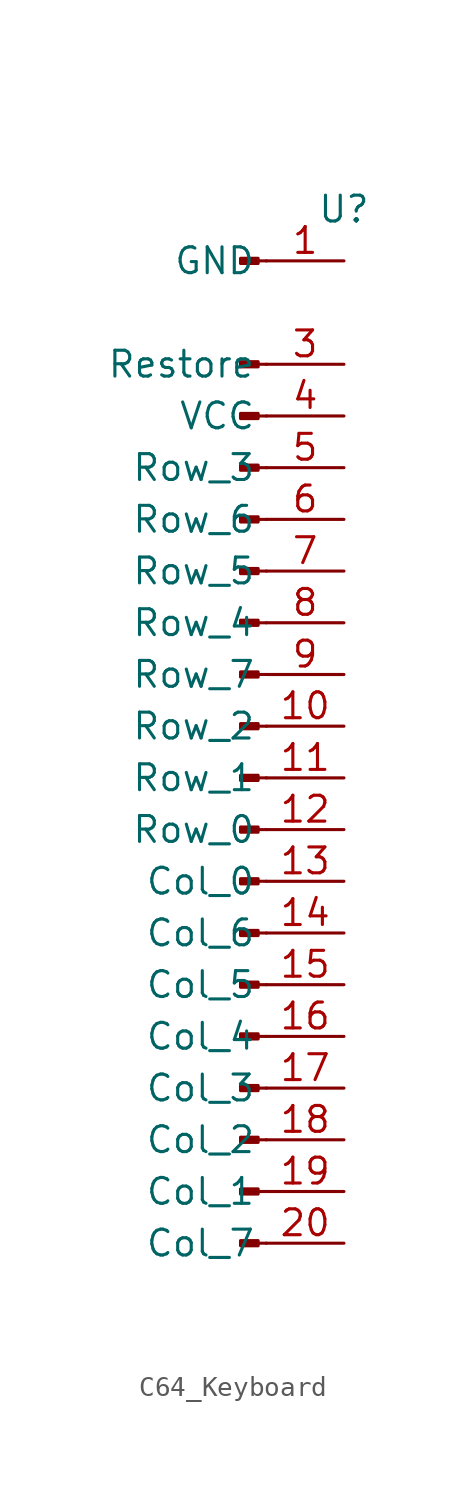
<source format=kicad_sym>
(kicad_symbol_lib
  (version 20231120)
  (generator "kicad_symbol_editor")
  (generator_version "8.0")
  (symbol "C64_Keyboard"
    (property "Reference" "U"
      (at 0 0 0)
      (effects (font (size 1.27 1.27))))
    (property "Value" ""
      (at 0 0 0)
      (effects (font (size 1.27 1.27))))
    (symbol "C64_Keyboard_1_1"
      (rectangle (start -4.216 -50.673) (end -5.08 -50.927) (stroke (width 0.152) (type default)) (fill (type outline)))
      (rectangle (start -4.216 -48.133) (end -5.08 -48.387) (stroke (width 0.152) (type default)) (fill (type outline)))
      (rectangle (start -4.216 -45.593) (end -5.08 -45.847) (stroke (width 0.152) (type default)) (fill (type outline)))
      (rectangle (start -4.216 -43.053) (end -5.08 -43.307) (stroke (width 0.152) (type default)) (fill (type outline)))
      (rectangle (start -4.216 -40.513) (end -5.08 -40.767) (stroke (width 0.152) (type default)) (fill (type outline)))
      (rectangle (start -4.216 -37.973) (end -5.08 -38.227) (stroke (width 0.152) (type default)) (fill (type outline)))
      (rectangle (start -4.216 -35.433) (end -5.08 -35.687) (stroke (width 0.152) (type default)) (fill (type outline)))
      (rectangle (start -4.216 -32.893) (end -5.08 -33.147) (stroke (width 0.152) (type default)) (fill (type outline)))
      (rectangle (start -4.216 -30.353) (end -5.08 -30.607) (stroke (width 0.152) (type default)) (fill (type outline)))
      (rectangle (start -4.216 -27.813) (end -5.08 -28.067) (stroke (width 0.152) (type default)) (fill (type outline)))
      (rectangle (start -4.216 -25.273) (end -5.08 -25.527) (stroke (width 0.152) (type default)) (fill (type outline)))
      (rectangle (start -4.216 -22.733) (end -5.08 -22.987) (stroke (width 0.152) (type default)) (fill (type outline)))
      (rectangle (start -4.216 -20.193) (end -5.08 -20.447) (stroke (width 0.152) (type default)) (fill (type outline)))
      (rectangle (start -4.216 -17.653) (end -5.08 -17.907) (stroke (width 0.152) (type default)) (fill (type outline)))
      (rectangle (start -4.216 -15.113) (end -5.08 -15.367) (stroke (width 0.152) (type default)) (fill (type outline)))
      (rectangle (start -4.216 -12.573) (end -5.08 -12.827) (stroke (width 0.152) (type default)) (fill (type outline)))
      (rectangle (start -4.216 -10.033) (end -5.08 -10.287) (stroke (width 0.152) (type default)) (fill (type outline)))
      (rectangle (start -4.216 -7.493) (end -5.08 -7.747) (stroke (width 0.152) (type default)) (fill (type outline)))
      (rectangle (start -4.216 -2.413) (end -5.08 -2.667) (stroke (width 0.152) (type default)) (fill (type outline)))
      (polyline (pts (xy -3.81 -50.8) (xy -4.216 -50.8)) (stroke (width 0.152) (type default)) (fill (type none)))
      (polyline (pts (xy -3.81 -48.26) (xy -4.216 -48.26)) (stroke (width 0.152) (type default)) (fill (type none)))
      (polyline (pts (xy -3.81 -45.72) (xy -4.216 -45.72)) (stroke (width 0.152) (type default)) (fill (type none)))
      (polyline (pts (xy -3.81 -43.18) (xy -4.216 -43.18)) (stroke (width 0.152) (type default)) (fill (type none)))
      (polyline (pts (xy -3.81 -40.64) (xy -4.216 -40.64)) (stroke (width 0.152) (type default)) (fill (type none)))
      (polyline (pts (xy -3.81 -38.1) (xy -4.216 -38.1)) (stroke (width 0.152) (type default)) (fill (type none)))
      (polyline (pts (xy -3.81 -35.56) (xy -4.216 -35.56)) (stroke (width 0.152) (type default)) (fill (type none)))
      (polyline (pts (xy -3.81 -33.02) (xy -4.216 -33.02)) (stroke (width 0.152) (type default)) (fill (type none)))
      (polyline (pts (xy -3.81 -30.48) (xy -4.216 -30.48)) (stroke (width 0.152) (type default)) (fill (type none)))
      (polyline (pts (xy -3.81 -27.94) (xy -4.216 -27.94)) (stroke (width 0.152) (type default)) (fill (type none)))
      (polyline (pts (xy -3.81 -25.4) (xy -4.216 -25.4)) (stroke (width 0.152) (type default)) (fill (type none)))
      (polyline (pts (xy -3.81 -22.86) (xy -4.216 -22.86)) (stroke (width 0.152) (type default)) (fill (type none)))
      (polyline (pts (xy -3.81 -20.32) (xy -4.216 -20.32)) (stroke (width 0.152) (type default)) (fill (type none)))
      (polyline (pts (xy -3.81 -17.78) (xy -4.216 -17.78)) (stroke (width 0.152) (type default)) (fill (type none)))
      (polyline (pts (xy -3.81 -15.24) (xy -4.216 -15.24)) (stroke (width 0.152) (type default)) (fill (type none)))
      (polyline (pts (xy -3.81 -12.7) (xy -4.216 -12.7)) (stroke (width 0.152) (type default)) (fill (type none)))
      (polyline (pts (xy -3.81 -10.16) (xy -4.216 -10.16)) (stroke (width 0.152) (type default)) (fill (type none)))
      (polyline (pts (xy -3.81 -7.62) (xy -4.216 -7.62)) (stroke (width 0.152) (type default)) (fill (type none)))
      (polyline (pts (xy -3.81 -2.54) (xy -4.216 -2.54)) (stroke (width 0.152) (type default)) (fill (type none)))
      (pin passive line (at 0 -2.54 180) (length 3.81) (name "GND" (effects (font (size 1.27 1.27)))) (number "1" (effects (font (size 1.27 1.27)))))
      (pin passive line (at 0 -25.4 180) (length 3.81) (name "Row_2" (effects (font (size 1.27 1.27)))) (number "10" (effects (font (size 1.27 1.27)))))
      (pin passive line (at 0 -27.94 180) (length 3.81) (name "Row_1" (effects (font (size 1.27 1.27)))) (number "11" (effects (font (size 1.27 1.27)))))
      (pin passive line (at 0 -30.48 180) (length 3.81) (name "Row_0" (effects (font (size 1.27 1.27)))) (number "12" (effects (font (size 1.27 1.27)))))
      (pin passive line (at 0 -33.02 180) (length 3.81) (name "Col_0" (effects (font (size 1.27 1.27)))) (number "13" (effects (font (size 1.27 1.27)))))
      (pin passive line (at 0 -35.56 180) (length 3.81) (name "Col_6" (effects (font (size 1.27 1.27)))) (number "14" (effects (font (size 1.27 1.27)))))
      (pin passive line (at 0 -38.1 180) (length 3.81) (name "Col_5" (effects (font (size 1.27 1.27)))) (number "15" (effects (font (size 1.27 1.27)))))
      (pin passive line (at 0 -40.64 180) (length 3.81) (name "Col_4" (effects (font (size 1.27 1.27)))) (number "16" (effects (font (size 1.27 1.27)))))
      (pin passive line (at 0 -43.18 180) (length 3.81) (name "Col_3" (effects (font (size 1.27 1.27)))) (number "17" (effects (font (size 1.27 1.27)))))
      (pin passive line (at 0 -45.72 180) (length 3.81) (name "Col_2" (effects (font (size 1.27 1.27)))) (number "18" (effects (font (size 1.27 1.27)))))
      (pin passive line (at 0 -48.26 180) (length 3.81) (name "Col_1" (effects (font (size 1.27 1.27)))) (number "19" (effects (font (size 1.27 1.27)))))
      (pin passive line (at 0 -50.8 180) (length 3.81) (name "Col_7" (effects (font (size 1.27 1.27)))) (number "20" (effects (font (size 1.27 1.27)))))
      (pin passive line (at 0 -7.62 180) (length 3.81) (name "Restore" (effects (font (size 1.27 1.27)))) (number "3" (effects (font (size 1.27 1.27)))))
      (pin passive line (at 0 -10.16 180) (length 3.81) (name "VCC" (effects (font (size 1.27 1.27)))) (number "4" (effects (font (size 1.27 1.27)))))
      (pin passive line (at 0 -12.7 180) (length 3.81) (name "Row_3" (effects (font (size 1.27 1.27)))) (number "5" (effects (font (size 1.27 1.27)))))
      (pin passive line (at 0 -15.24 180) (length 3.81) (name "Row_6" (effects (font (size 1.27 1.27)))) (number "6" (effects (font (size 1.27 1.27)))))
      (pin passive line (at 0 -17.78 180) (length 3.81) (name "Row_5" (effects (font (size 1.27 1.27)))) (number "7" (effects (font (size 1.27 1.27)))))
      (pin passive line (at 0 -20.32 180) (length 3.81) (name "Row_4" (effects (font (size 1.27 1.27)))) (number "8" (effects (font (size 1.27 1.27)))))
      (pin passive line (at 0 -22.86 180) (length 3.81) (name "Row_7" (effects (font (size 1.27 1.27)))) (number "9" (effects (font (size 1.27 1.27))))))))
</source>
